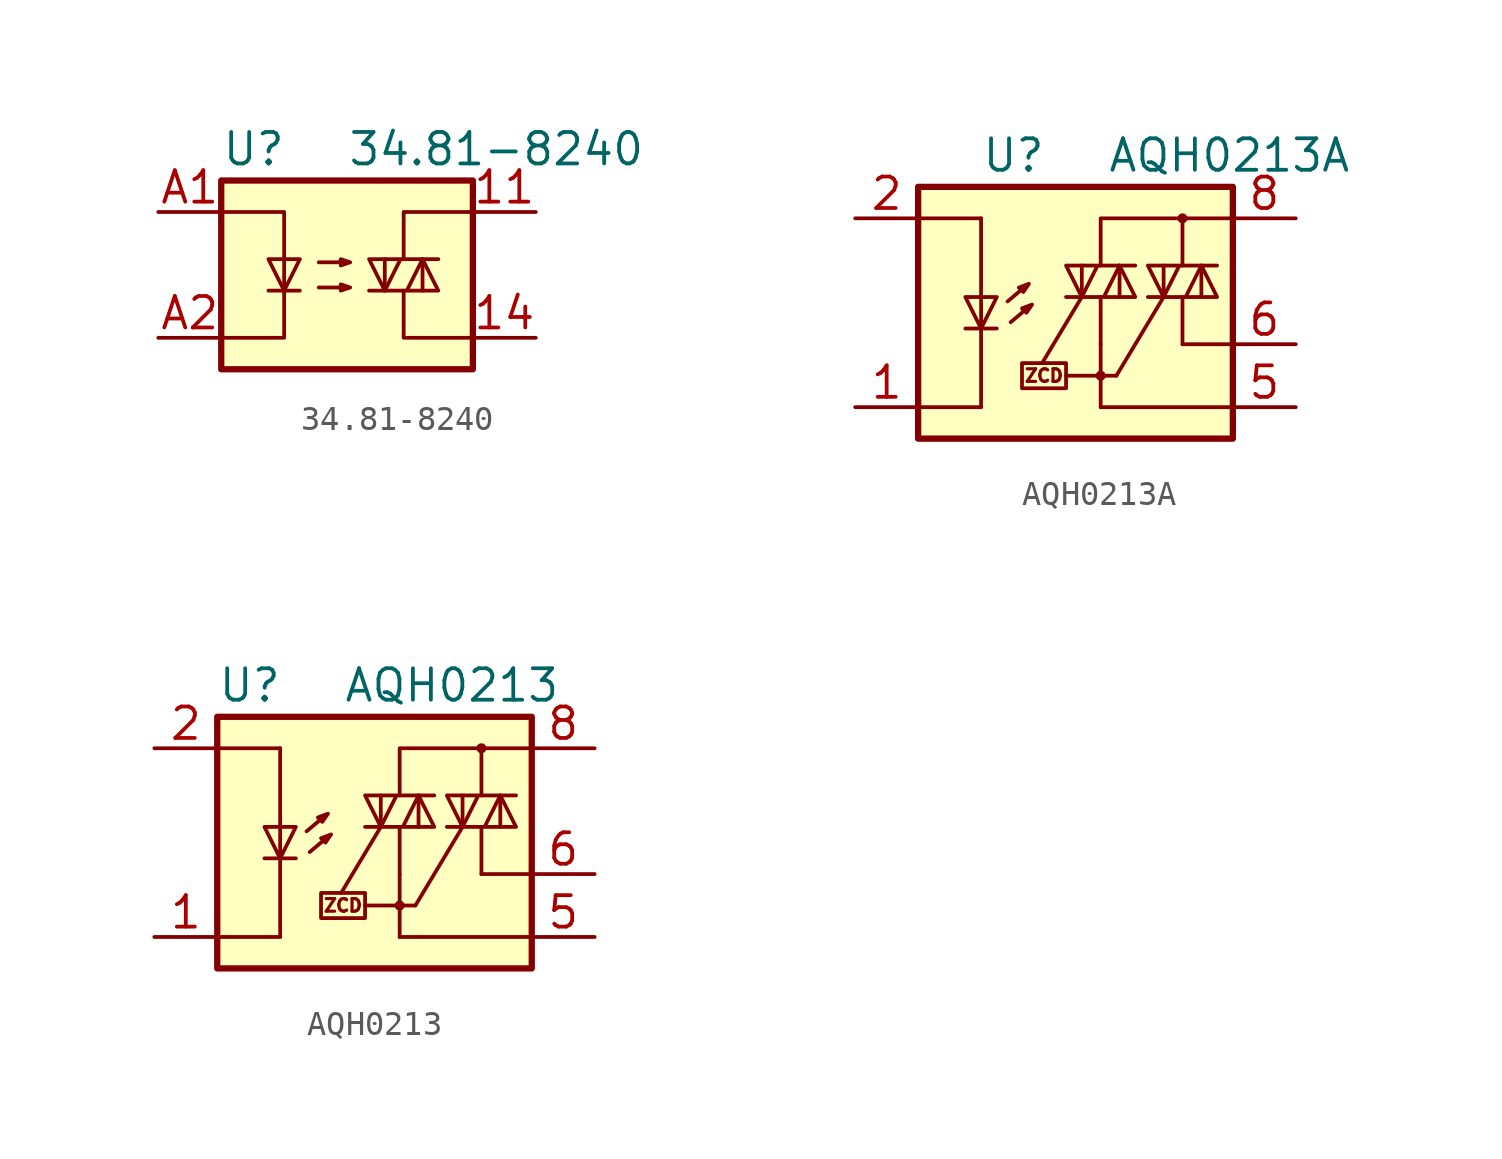
<source format=kicad_sym>
(kicad_symbol_lib
  (version 20211014)
  (generator kicad_symbol_editor)
  (symbol "34.81-8240"
    (property "Reference" "U"
      (at -5.08 5.08 0)
      (effects (font (size 1.27 1.27)) (justify left)))
    (property "Value" "34.81-8240"
      (at 0 5.08 0)
      (effects (font (size 1.27 1.27)) (justify left)))
    (symbol "34.81-8240_0_1"
      (rectangle (start -5.08 3.81) (end 5.08 -3.81) (stroke (width 0.254) (type default) (color 0 0 0 0)) (fill (type background)))
      (polyline (pts (xy -3.175 -0.635) (xy -1.905 -0.635)) (stroke (width 0) (type default) (color 0 0 0 0)) (fill (type none)))
      (polyline (pts (xy 1.524 -0.635) (xy 1.524 0.635)) (stroke (width 0) (type default) (color 0 0 0 0)) (fill (type none)))
      (polyline (pts (xy 3.048 0.635) (xy 3.048 -0.635)) (stroke (width 0) (type default) (color 0 0 0 0)) (fill (type none)))
      (polyline (pts (xy 2.286 -0.635) (xy 2.286 -2.54) (xy 5.08 -2.54)) (stroke (width 0) (type default) (color 0 0 0 0)) (fill (type none)))
      (polyline (pts (xy 2.286 0.635) (xy 2.286 2.54) (xy 5.08 2.54)) (stroke (width 0) (type default) (color 0 0 0 0)) (fill (type none)))
      (polyline (pts (xy -5.08 2.54) (xy -2.54 2.54) (xy -2.54 -2.54) (xy -5.08 -2.54)) (stroke (width 0) (type default) (color 0 0 0 0)) (fill (type none)))
      (polyline (pts (xy -2.54 -0.635) (xy -3.175 0.635) (xy -1.905 0.635) (xy -2.54 -0.635)) (stroke (width 0) (type default) (color 0 0 0 0)) (fill (type none)))
      (polyline (pts (xy 0.889 -0.635) (xy 3.683 -0.635) (xy 3.048 0.635) (xy 2.413 -0.635)) (stroke (width 0) (type default) (color 0 0 0 0)) (fill (type none)))
      (polyline (pts (xy 3.683 0.635) (xy 0.889 0.635) (xy 1.524 -0.635) (xy 2.159 0.635)) (stroke (width 0) (type default) (color 0 0 0 0)) (fill (type none)))
      (polyline (pts (xy -1.143 -0.508) (xy 0.127 -0.508) (xy -0.254 -0.635) (xy -0.254 -0.381) (xy 0.127 -0.508)) (stroke (width 0) (type default) (color 0 0 0 0)) (fill (type none)))
      (polyline (pts (xy -1.143 0.508) (xy 0.127 0.508) (xy -0.254 0.381) (xy -0.254 0.635) (xy 0.127 0.508)) (stroke (width 0) (type default) (color 0 0 0 0)) (fill (type none))))
    (symbol "34.81-8240_1_1"
      (pin passive line (at 7.62 2.54 180) (length 2.54) (name "~" (effects (font (size 1.27 1.27)))) (number "11" (effects (font (size 1.27 1.27)))))
      (pin passive line (at 7.62 -2.54 180) (length 2.54) (name "~" (effects (font (size 1.27 1.27)))) (number "14" (effects (font (size 1.27 1.27)))))
      (pin passive line (at -7.62 2.54 0) (length 2.54) (name "~" (effects (font (size 1.27 1.27)))) (number "A1" (effects (font (size 1.27 1.27)))))
      (pin passive line (at -7.62 -2.54 0) (length 2.54) (name "~" (effects (font (size 1.27 1.27)))) (number "A2" (effects (font (size 1.27 1.27)))))))
  (symbol "AQH0213A"
    (property "Reference" "U"
      (at -5.08 5.08 0)
      (effects (font (size 1.27 1.27)) (justify left)))
    (property "Value" "AQH0213A"
      (at 0 5.08 0)
      (effects (font (size 1.27 1.27)) (justify left)))
    (symbol "AQH0213A_0_1"
      (polyline (pts (xy 3.048 -2.54) (xy 5.08 -2.54)) (stroke (width 0) (type default) (color 0 0 0 0)) (fill (type none)))
      (polyline (pts (xy 3.048 -0.635) (xy 3.048 -2.54)) (stroke (width 0) (type default) (color 0 0 0 0)) (fill (type none))))
    (symbol "AQH0213A_1_1"
      (rectangle (start -7.62 3.81) (end 5.08 -6.35) (stroke (width 0.254) (type default) (color 0 0 0 0)) (fill (type background)))
      (rectangle (start -3.429 -3.302) (end -1.651 -4.318) (stroke (width 0) (type default) (color 0 0 0 0)) (fill (type none)))
      (circle (center -0.254 -3.81) (radius 0.127) (stroke (width 0) (type default) (color 0 0 0 0)) (fill (type none)))
      (polyline (pts (xy -5.715 -1.905) (xy -4.445 -1.905)) (stroke (width 0) (type default) (color 0 0 0 0)) (fill (type none)))
      (polyline (pts (xy -5.08 -5.08) (xy -7.62 -5.08)) (stroke (width 0) (type default) (color 0 0 0 0)) (fill (type none)))
      (polyline (pts (xy -5.08 -1.905) (xy -5.08 -5.08)) (stroke (width 0) (type default) (color 0 0 0 0)) (fill (type none)))
      (polyline (pts (xy -5.08 -0.635) (xy -5.08 -1.905)) (stroke (width 0) (type default) (color 0 0 0 0)) (fill (type none)))
      (polyline (pts (xy -5.08 -0.635) (xy -5.08 2.54)) (stroke (width 0) (type default) (color 0 0 0 0)) (fill (type none)))
      (polyline (pts (xy -5.08 2.54) (xy -7.493 2.54)) (stroke (width 0) (type default) (color 0 0 0 0)) (fill (type none)))
      (polyline (pts (xy -3.378 -0.279) (xy -4.013 -0.813)) (stroke (width 0) (type default) (color 0 0 0 0)) (fill (type none)))
      (polyline (pts (xy -3.251 -1.118) (xy -3.886 -1.651)) (stroke (width 0) (type default) (color 0 0 0 0)) (fill (type none)))
      (polyline (pts (xy -1.651 -3.81) (xy -0.254 -3.81)) (stroke (width 0) (type default) (color 0 0 0 0)) (fill (type none)))
      (polyline (pts (xy -1.016 -0.635) (xy -2.616 -3.302)) (stroke (width 0) (type default) (color 0 0 0 0)) (fill (type none)))
      (polyline (pts (xy -1.016 -0.635) (xy -1.016 0.635)) (stroke (width 0) (type default) (color 0 0 0 0)) (fill (type none)))
      (polyline (pts (xy -0.254 -3.81) (xy 0.381 -3.81)) (stroke (width 0) (type default) (color 0 0 0 0)) (fill (type none)))
      (polyline (pts (xy -0.254 -2.54) (xy -0.254 -5.08)) (stroke (width 0) (type default) (color 0 0 0 0)) (fill (type none)))
      (polyline (pts (xy -0.254 -2.54) (xy -0.254 -0.635)) (stroke (width 0) (type default) (color 0 0 0 0)) (fill (type none)))
      (polyline (pts (xy 0.381 -3.81) (xy 2.286 -0.635)) (stroke (width 0) (type default) (color 0 0 0 0)) (fill (type none)))
      (polyline (pts (xy 0.508 0.635) (xy 0.508 -0.635)) (stroke (width 0) (type default) (color 0 0 0 0)) (fill (type none)))
      (polyline (pts (xy 2.286 -0.635) (xy 2.286 0.635)) (stroke (width 0) (type default) (color 0 0 0 0)) (fill (type none)))
      (polyline (pts (xy 3.048 2.54) (xy 3.048 0.635)) (stroke (width 0) (type default) (color 0 0 0 0)) (fill (type none)))
      (polyline (pts (xy 3.81 0.635) (xy 3.81 -0.635)) (stroke (width 0) (type default) (color 0 0 0 0)) (fill (type none)))
      (polyline (pts (xy 5.08 -5.08) (xy -0.254 -5.08)) (stroke (width 0) (type default) (color 0 0 0 0)) (fill (type none)))
      (polyline (pts (xy 5.08 2.54) (xy 3.048 2.54)) (stroke (width 0) (type default) (color 0 0 0 0)) (fill (type none)))
      (polyline (pts (xy 3.048 2.54) (xy -0.254 2.54) (xy -0.254 0.635)) (stroke (width 0) (type default) (color 0 0 0 0)) (fill (type none)))
      (polyline (pts (xy -5.08 -1.905) (xy -5.715 -0.635) (xy -4.445 -0.635) (xy -5.08 -1.905)) (stroke (width 0) (type default) (color 0 0 0 0)) (fill (type none)))
      (polyline (pts (xy -3.556 -0.254) (xy -3.378 -0.432) (xy -3.15 -0.102) (xy -3.556 -0.254)) (stroke (width 0) (type default) (color 0 0 0 0)) (fill (type none)))
      (polyline (pts (xy -3.429 -1.092) (xy -3.251 -1.27) (xy -3.023 -0.94) (xy -3.429 -1.092)) (stroke (width 0) (type default) (color 0 0 0 0)) (fill (type none)))
      (polyline (pts (xy -1.651 -0.635) (xy 1.143 -0.635) (xy 0.508 0.635) (xy -0.127 -0.635)) (stroke (width 0) (type default) (color 0 0 0 0)) (fill (type none)))
      (polyline (pts (xy 1.143 0.635) (xy -1.651 0.635) (xy -1.016 -0.635) (xy -0.381 0.635)) (stroke (width 0) (type default) (color 0 0 0 0)) (fill (type none)))
      (polyline (pts (xy 1.651 -0.635) (xy 4.445 -0.635) (xy 3.81 0.635) (xy 3.175 -0.635)) (stroke (width 0) (type default) (color 0 0 0 0)) (fill (type none)))
      (polyline (pts (xy 4.445 0.635) (xy 1.651 0.635) (xy 2.286 -0.635) (xy 2.921 0.635)) (stroke (width 0) (type default) (color 0 0 0 0)) (fill (type none)))
      (circle (center 3.048 2.54) (radius 0.127) (stroke (width 0) (type default) (color 0 0 0 0)) (fill (type none)))
      (text "ZCD" (at -2.54 -3.81 0) (effects (font (size 0.508 0.508))))
      (pin passive line (at -10.16 -5.08 0) (length 2.54) (name "~" (effects (font (size 1.27 1.27)))) (number "1" (effects (font (size 1.27 1.27)))))
      (pin passive line (at -10.16 2.54 0) (length 2.54) (name "~" (effects (font (size 1.27 1.27)))) (number "2" (effects (font (size 1.27 1.27)))))
      (pin passive line (at -10.16 -5.08 0) (length 2.54) hide (name "~" (effects (font (size 1.27 1.27)))) (number "3" (effects (font (size 1.27 1.27)))))
      (pin passive line (at -10.16 -5.08 0) (length 2.54) hide (name "~" (effects (font (size 1.27 1.27)))) (number "4" (effects (font (size 1.27 1.27)))))
      (pin passive line (at 7.62 -5.08 180) (length 2.54) (name "~" (effects (font (size 1.27 1.27)))) (number "5" (effects (font (size 1.27 1.27)))))
      (pin passive line (at 7.62 -2.54 180) (length 2.54) (name "~" (effects (font (size 1.27 1.27)))) (number "6" (effects (font (size 1.27 1.27)))))
      (pin passive line (at 7.62 2.54 180) (length 2.54) (name "~" (effects (font (size 1.27 1.27)))) (number "8" (effects (font (size 1.27 1.27)))))))
  (symbol "AQH0213"
    (property "Reference" "U"
      (at -7.62 5.08 0)
      (effects (font (size 1.27 1.27)) (justify left)))
    (property "Value" "AQH0213"
      (at -2.54 5.08 0)
      (effects (font (size 1.27 1.27)) (justify left)))
    (symbol "AQH0213_0_0"
      (rectangle (start -3.429 -3.302) (end -1.651 -4.318) (stroke (width 0) (type default) (color 0 0 0 0)) (fill (type none)))
      (text "ZCD" (at -2.54 -3.81 0) (effects (font (size 0.508 0.508)))))
    (symbol "AQH0213_0_1"
      (rectangle (start -7.62 3.81) (end 5.08 -6.35) (stroke (width 0.254) (type default) (color 0 0 0 0)) (fill (type background)))
      (polyline (pts (xy -5.715 -1.905) (xy -4.445 -1.905)) (stroke (width 0) (type default) (color 0 0 0 0)) (fill (type none)))
      (polyline (pts (xy -5.08 -5.08) (xy -7.62 -5.08)) (stroke (width 0) (type default) (color 0 0 0 0)) (fill (type none)))
      (polyline (pts (xy -5.08 -1.905) (xy -5.08 -5.08)) (stroke (width 0) (type default) (color 0 0 0 0)) (fill (type none)))
      (polyline (pts (xy -5.08 -0.635) (xy -5.08 -1.905)) (stroke (width 0) (type default) (color 0 0 0 0)) (fill (type none)))
      (polyline (pts (xy -5.08 -0.635) (xy -5.08 2.54)) (stroke (width 0) (type default) (color 0 0 0 0)) (fill (type none)))
      (polyline (pts (xy -5.08 2.54) (xy -7.493 2.54)) (stroke (width 0) (type default) (color 0 0 0 0)) (fill (type none)))
      (polyline (pts (xy -3.251 -1.118) (xy -3.886 -1.651)) (stroke (width 0) (type default) (color 0 0 0 0)) (fill (type none)))
      (polyline (pts (xy -1.651 -3.81) (xy -0.254 -3.81)) (stroke (width 0) (type default) (color 0 0 0 0)) (fill (type none)))
      (polyline (pts (xy -1.016 -0.635) (xy -2.616 -3.302)) (stroke (width 0) (type default) (color 0 0 0 0)) (fill (type none)))
      (polyline (pts (xy -1.016 -0.635) (xy -1.016 0.635)) (stroke (width 0) (type default) (color 0 0 0 0)) (fill (type none)))
      (polyline (pts (xy -0.254 -3.81) (xy 0.381 -3.81)) (stroke (width 0) (type default) (color 0 0 0 0)) (fill (type none)))
      (polyline (pts (xy -0.254 -2.54) (xy -0.254 -5.08)) (stroke (width 0) (type default) (color 0 0 0 0)) (fill (type none)))
      (polyline (pts (xy -0.254 -2.54) (xy -0.254 -0.635)) (stroke (width 0) (type default) (color 0 0 0 0)) (fill (type none)))
      (polyline (pts (xy 0.381 -3.81) (xy 2.286 -0.635)) (stroke (width 0) (type default) (color 0 0 0 0)) (fill (type none)))
      (polyline (pts (xy 0.508 0.635) (xy 0.508 -0.635)) (stroke (width 0) (type default) (color 0 0 0 0)) (fill (type none)))
      (polyline (pts (xy 3.048 -2.54) (xy 5.08 -2.54)) (stroke (width 0) (type default) (color 0 0 0 0)) (fill (type none)))
      (polyline (pts (xy 3.048 -0.635) (xy 3.048 -2.54)) (stroke (width 0) (type default) (color 0 0 0 0)) (fill (type none)))
      (polyline (pts (xy 3.048 2.54) (xy 3.048 0.635)) (stroke (width 0) (type default) (color 0 0 0 0)) (fill (type none)))
      (polyline (pts (xy 5.08 -5.08) (xy -0.254 -5.08)) (stroke (width 0) (type default) (color 0 0 0 0)) (fill (type none)))
      (polyline (pts (xy 5.08 2.54) (xy 3.048 2.54)) (stroke (width 0) (type default) (color 0 0 0 0)) (fill (type none)))
      (polyline (pts (xy 3.048 2.54) (xy -0.254 2.54) (xy -0.254 0.635)) (stroke (width 0) (type default) (color 0 0 0 0)) (fill (type none)))
      (polyline (pts (xy -5.08 -1.905) (xy -5.715 -0.635) (xy -4.445 -0.635) (xy -5.08 -1.905)) (stroke (width 0) (type default) (color 0 0 0 0)) (fill (type none)))
      (polyline (pts (xy -3.429 -1.092) (xy -3.251 -1.27) (xy -3.023 -0.94) (xy -3.429 -1.092)) (stroke (width 0) (type default) (color 0 0 0 0)) (fill (type none)))
      (polyline (pts (xy -1.651 -0.635) (xy 1.143 -0.635) (xy 0.508 0.635) (xy -0.127 -0.635)) (stroke (width 0) (type default) (color 0 0 0 0)) (fill (type none)))
      (polyline (pts (xy 1.143 0.635) (xy -1.651 0.635) (xy -1.016 -0.635) (xy -0.381 0.635)) (stroke (width 0) (type default) (color 0 0 0 0)) (fill (type none))))
    (symbol "AQH0213_1_1"
      (circle (center -0.254 -3.81) (radius 0.127) (stroke (width 0) (type default) (color 0 0 0 0)) (fill (type none)))
      (polyline (pts (xy -3.378 -0.279) (xy -4.013 -0.813)) (stroke (width 0) (type default) (color 0 0 0 0)) (fill (type none)))
      (polyline (pts (xy 2.286 -0.635) (xy 2.286 0.635)) (stroke (width 0) (type default) (color 0 0 0 0)) (fill (type none)))
      (polyline (pts (xy 3.81 0.635) (xy 3.81 -0.635)) (stroke (width 0) (type default) (color 0 0 0 0)) (fill (type none)))
      (polyline (pts (xy -3.556 -0.254) (xy -3.378 -0.432) (xy -3.15 -0.102) (xy -3.556 -0.254)) (stroke (width 0) (type default) (color 0 0 0 0)) (fill (type none)))
      (polyline (pts (xy 1.651 -0.635) (xy 4.445 -0.635) (xy 3.81 0.635) (xy 3.175 -0.635)) (stroke (width 0) (type default) (color 0 0 0 0)) (fill (type none)))
      (polyline (pts (xy 4.445 0.635) (xy 1.651 0.635) (xy 2.286 -0.635) (xy 2.921 0.635)) (stroke (width 0) (type default) (color 0 0 0 0)) (fill (type none)))
      (circle (center 3.048 2.54) (radius 0.127) (stroke (width 0) (type default) (color 0 0 0 0)) (fill (type none)))
      (pin passive line (at -10.16 -5.08 0) (length 2.54) (name "~" (effects (font (size 1.27 1.27)))) (number "1" (effects (font (size 1.27 1.27)))))
      (pin passive line (at -10.16 2.54 0) (length 2.54) (name "~" (effects (font (size 1.27 1.27)))) (number "2" (effects (font (size 1.27 1.27)))))
      (pin passive line (at -10.16 -5.08 0) (length 2.54) hide (name "~" (effects (font (size 1.27 1.27)))) (number "3" (effects (font (size 1.27 1.27)))))
      (pin passive line (at -10.16 -5.08 0) (length 2.54) hide (name "~" (effects (font (size 1.27 1.27)))) (number "4" (effects (font (size 1.27 1.27)))))
      (pin passive line (at 7.62 -5.08 180) (length 2.54) (name "~" (effects (font (size 1.27 1.27)))) (number "5" (effects (font (size 1.27 1.27)))))
      (pin passive line (at 7.62 -2.54 180) (length 2.54) (name "~" (effects (font (size 1.27 1.27)))) (number "6" (effects (font (size 1.27 1.27)))))
      (pin passive line (at 7.62 2.54 180) (length 2.54) (name "~" (effects (font (size 1.27 1.27)))) (number "8" (effects (font (size 1.27 1.27))))))))
</source>
